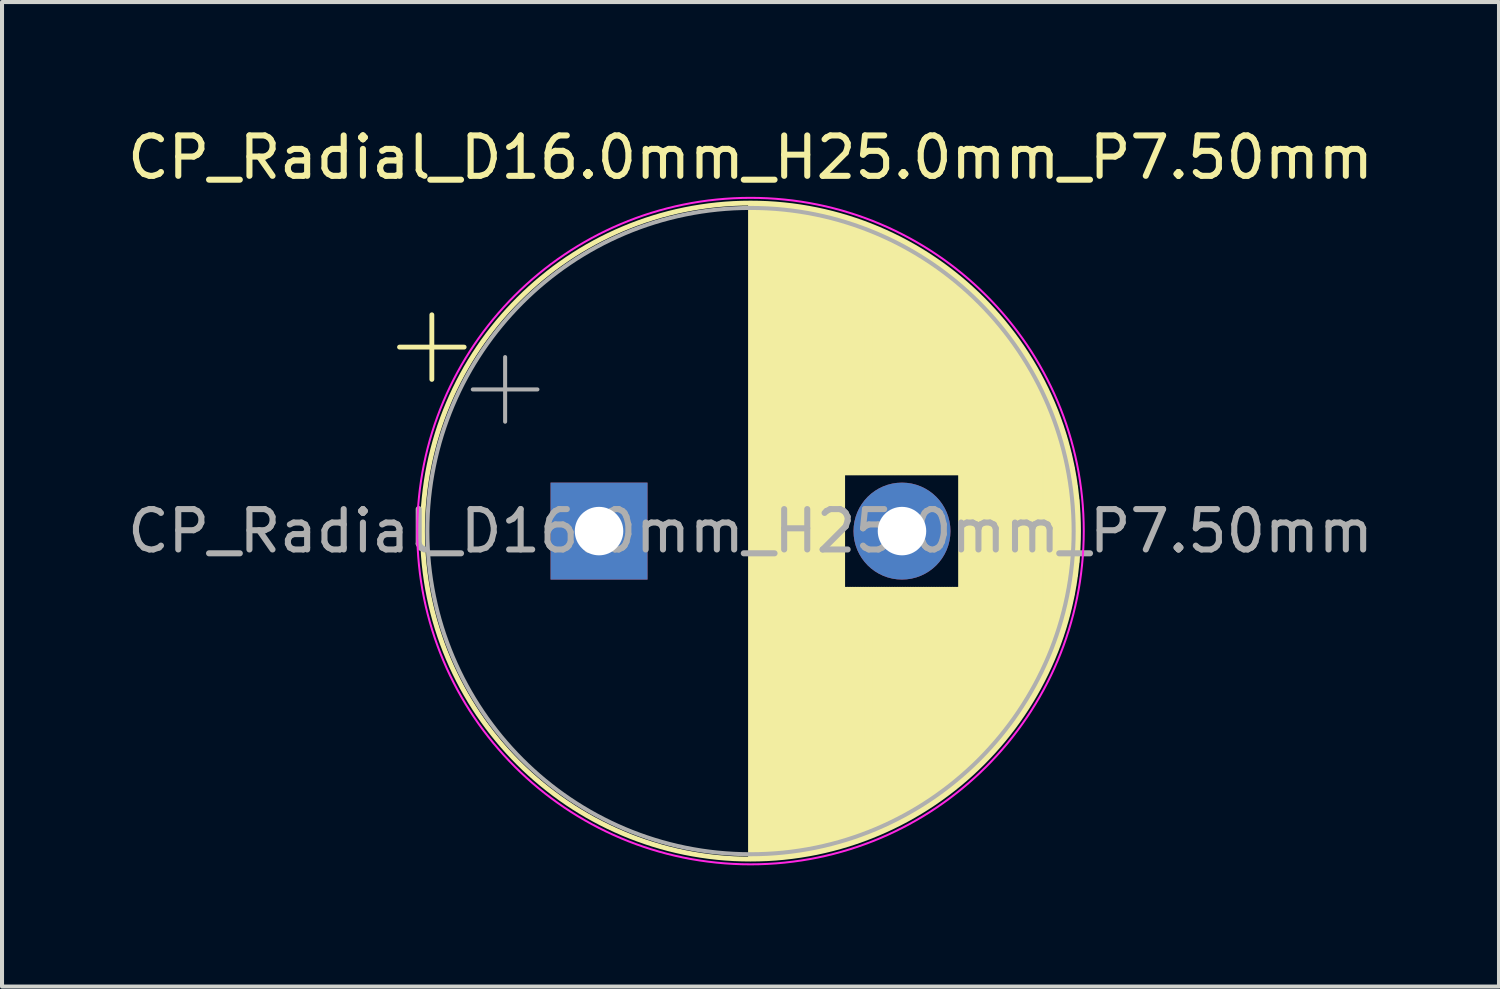
<source format=kicad_pcb>
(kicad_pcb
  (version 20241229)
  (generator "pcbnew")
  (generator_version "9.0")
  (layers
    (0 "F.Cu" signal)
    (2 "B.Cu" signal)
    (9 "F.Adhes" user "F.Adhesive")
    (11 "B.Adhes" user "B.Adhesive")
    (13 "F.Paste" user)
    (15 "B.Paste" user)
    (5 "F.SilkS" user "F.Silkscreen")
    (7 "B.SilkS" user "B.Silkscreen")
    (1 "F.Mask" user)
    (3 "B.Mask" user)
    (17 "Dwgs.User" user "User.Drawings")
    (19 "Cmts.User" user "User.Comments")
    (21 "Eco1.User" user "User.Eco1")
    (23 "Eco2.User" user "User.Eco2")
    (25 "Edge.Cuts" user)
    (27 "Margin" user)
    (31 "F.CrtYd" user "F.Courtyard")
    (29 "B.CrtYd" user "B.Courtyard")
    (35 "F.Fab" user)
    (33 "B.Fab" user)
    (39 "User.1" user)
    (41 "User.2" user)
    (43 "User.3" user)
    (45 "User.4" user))
  (footprint "CP_Radial_D16.0mm_H25.0mm_P7.50mm"
    (layer "F.Cu")
    (at 11.78 10.098)
    (property "Reference" "CP_Radial_D16.0mm_H25.0mm_P7.50mm" (at 3.75 -9.25 0) (layer "F.SilkS") (effects (font (size 1 1) (thickness 0.15))))
    (attr through_hole)
    (fp_line (start -4.939 -4.555) (end -3.339 -4.555) (stroke (width 0.12) (type solid)) (layer "F.SilkS"))
    (fp_line (start -4.139 -5.355) (end -4.139 -3.755) (stroke (width 0.12) (type solid)) (layer "F.SilkS"))
    (fp_line (start 3.75 -8.081) (end 3.75 8.081) (stroke (width 0.12) (type solid)) (layer "F.SilkS"))
    (fp_line (start 3.79 -8.08) (end 3.79 8.08) (stroke (width 0.12) (type solid)) (layer "F.SilkS"))
    (fp_line (start 3.83 -8.08) (end 3.83 8.08) (stroke (width 0.12) (type solid)) (layer "F.SilkS"))
    (fp_line (start 3.87 -8.08) (end 3.87 8.08) (stroke (width 0.12) (type solid)) (layer "F.SilkS"))
    (fp_line (start 3.91 -8.079) (end 3.91 8.079) (stroke (width 0.12) (type solid)) (layer "F.SilkS"))
    (fp_line (start 3.95 -8.078) (end 3.95 8.078) (stroke (width 0.12) (type solid)) (layer "F.SilkS"))
    (fp_line (start 3.99 -8.077) (end 3.99 8.077) (stroke (width 0.12) (type solid)) (layer "F.SilkS"))
    (fp_line (start 4.03 -8.076) (end 4.03 8.076) (stroke (width 0.12) (type solid)) (layer "F.SilkS"))
    (fp_line (start 4.07 -8.074) (end 4.07 8.074) (stroke (width 0.12) (type solid)) (layer "F.SilkS"))
    (fp_line (start 4.11 -8.073) (end 4.11 8.073) (stroke (width 0.12) (type solid)) (layer "F.SilkS"))
    (fp_line (start 4.15 -8.071) (end 4.15 8.071) (stroke (width 0.12) (type solid)) (layer "F.SilkS"))
    (fp_line (start 4.19 -8.069) (end 4.19 8.069) (stroke (width 0.12) (type solid)) (layer "F.SilkS"))
    (fp_line (start 4.23 -8.066) (end 4.23 8.066) (stroke (width 0.12) (type solid)) (layer "F.SilkS"))
    (fp_line (start 4.27 -8.064) (end 4.27 8.064) (stroke (width 0.12) (type solid)) (layer "F.SilkS"))
    (fp_line (start 4.31 -8.061) (end 4.31 8.061) (stroke (width 0.12) (type solid)) (layer "F.SilkS"))
    (fp_line (start 4.35 -8.058) (end 4.35 8.058) (stroke (width 0.12) (type solid)) (layer "F.SilkS"))
    (fp_line (start 4.39 -8.055) (end 4.39 8.055) (stroke (width 0.12) (type solid)) (layer "F.SilkS"))
    (fp_line (start 4.43 -8.052) (end 4.43 8.052) (stroke (width 0.12) (type solid)) (layer "F.SilkS"))
    (fp_line (start 4.471 -8.049) (end 4.471 8.049) (stroke (width 0.12) (type solid)) (layer "F.SilkS"))
    (fp_line (start 4.511 -8.045) (end 4.511 8.045) (stroke (width 0.12) (type solid)) (layer "F.SilkS"))
    (fp_line (start 4.551 -8.041) (end 4.551 8.041) (stroke (width 0.12) (type solid)) (layer "F.SilkS"))
    (fp_line (start 4.591 -8.037) (end 4.591 8.037) (stroke (width 0.12) (type solid)) (layer "F.SilkS"))
    (fp_line (start 4.631 -8.033) (end 4.631 8.033) (stroke (width 0.12) (type solid)) (layer "F.SilkS"))
    (fp_line (start 4.671 -8.028) (end 4.671 8.028) (stroke (width 0.12) (type solid)) (layer "F.SilkS"))
    (fp_line (start 4.711 -8.024) (end 4.711 8.024) (stroke (width 0.12) (type solid)) (layer "F.SilkS"))
    (fp_line (start 4.751 -8.019) (end 4.751 8.019) (stroke (width 0.12) (type solid)) (layer "F.SilkS"))
    (fp_line (start 4.791 -8.014) (end 4.791 8.014) (stroke (width 0.12) (type solid)) (layer "F.SilkS"))
    (fp_line (start 4.831 -8.008) (end 4.831 8.008) (stroke (width 0.12) (type solid)) (layer "F.SilkS"))
    (fp_line (start 4.871 -8.003) (end 4.871 8.003) (stroke (width 0.12) (type solid)) (layer "F.SilkS"))
    (fp_line (start 4.911 -7.997) (end 4.911 7.997) (stroke (width 0.12) (type solid)) (layer "F.SilkS"))
    (fp_line (start 4.951 -7.991) (end 4.951 7.991) (stroke (width 0.12) (type solid)) (layer "F.SilkS"))
    (fp_line (start 4.991 -7.985) (end 4.991 7.985) (stroke (width 0.12) (type solid)) (layer "F.SilkS"))
    (fp_line (start 5.031 -7.979) (end 5.031 7.979) (stroke (width 0.12) (type solid)) (layer "F.SilkS"))
    (fp_line (start 5.071 -7.972) (end 5.071 7.972) (stroke (width 0.12) (type solid)) (layer "F.SilkS"))
    (fp_line (start 5.111 -7.966) (end 5.111 7.966) (stroke (width 0.12) (type solid)) (layer "F.SilkS"))
    (fp_line (start 5.151 -7.959) (end 5.151 7.959) (stroke (width 0.12) (type solid)) (layer "F.SilkS"))
    (fp_line (start 5.191 -7.952) (end 5.191 7.952) (stroke (width 0.12) (type solid)) (layer "F.SilkS"))
    (fp_line (start 5.231 -7.944) (end 5.231 7.944) (stroke (width 0.12) (type solid)) (layer "F.SilkS"))
    (fp_line (start 5.271 -7.937) (end 5.271 7.937) (stroke (width 0.12) (type solid)) (layer "F.SilkS"))
    (fp_line (start 5.311 -7.929) (end 5.311 7.929) (stroke (width 0.12) (type solid)) (layer "F.SilkS"))
    (fp_line (start 5.351 -7.921) (end 5.351 7.921) (stroke (width 0.12) (type solid)) (layer "F.SilkS"))
    (fp_line (start 5.391 -7.913) (end 5.391 7.913) (stroke (width 0.12) (type solid)) (layer "F.SilkS"))
    (fp_line (start 5.431 -7.905) (end 5.431 7.905) (stroke (width 0.12) (type solid)) (layer "F.SilkS"))
    (fp_line (start 5.471 -7.896) (end 5.471 7.896) (stroke (width 0.12) (type solid)) (layer "F.SilkS"))
    (fp_line (start 5.511 -7.887) (end 5.511 7.887) (stroke (width 0.12) (type solid)) (layer "F.SilkS"))
    (fp_line (start 5.551 -7.878) (end 5.551 7.878) (stroke (width 0.12) (type solid)) (layer "F.SilkS"))
    (fp_line (start 5.591 -7.869) (end 5.591 7.869) (stroke (width 0.12) (type solid)) (layer "F.SilkS"))
    (fp_line (start 5.631 -7.86) (end 5.631 7.86) (stroke (width 0.12) (type solid)) (layer "F.SilkS"))
    (fp_line (start 5.671 -7.85) (end 5.671 7.85) (stroke (width 0.12) (type solid)) (layer "F.SilkS"))
    (fp_line (start 5.711 -7.84) (end 5.711 7.84) (stroke (width 0.12) (type solid)) (layer "F.SilkS"))
    (fp_line (start 5.751 -7.83) (end 5.751 7.83) (stroke (width 0.12) (type solid)) (layer "F.SilkS"))
    (fp_line (start 5.791 -7.82) (end 5.791 7.82) (stroke (width 0.12) (type solid)) (layer "F.SilkS"))
    (fp_line (start 5.831 -7.81) (end 5.831 7.81) (stroke (width 0.12) (type solid)) (layer "F.SilkS"))
    (fp_line (start 5.871 -7.799) (end 5.871 7.799) (stroke (width 0.12) (type solid)) (layer "F.SilkS"))
    (fp_line (start 5.911 -7.788) (end 5.911 7.788) (stroke (width 0.12) (type solid)) (layer "F.SilkS"))
    (fp_line (start 5.951 -7.777) (end 5.951 7.777) (stroke (width 0.12) (type solid)) (layer "F.SilkS"))
    (fp_line (start 5.991 -7.765) (end 5.991 7.765) (stroke (width 0.12) (type solid)) (layer "F.SilkS"))
    (fp_line (start 6.031 -7.754) (end 6.031 7.754) (stroke (width 0.12) (type solid)) (layer "F.SilkS"))
    (fp_line (start 6.071 -7.742) (end 6.071 -1.44) (stroke (width 0.12) (type solid)) (layer "F.SilkS"))
    (fp_line (start 6.071 1.44) (end 6.071 7.742) (stroke (width 0.12) (type solid)) (layer "F.SilkS"))
    (fp_line (start 6.111 -7.73) (end 6.111 -1.44) (stroke (width 0.12) (type solid)) (layer "F.SilkS"))
    (fp_line (start 6.111 1.44) (end 6.111 7.73) (stroke (width 0.12) (type solid)) (layer "F.SilkS"))
    (fp_line (start 6.151 -7.718) (end 6.151 -1.44) (stroke (width 0.12) (type solid)) (layer "F.SilkS"))
    (fp_line (start 6.151 1.44) (end 6.151 7.718) (stroke (width 0.12) (type solid)) (layer "F.SilkS"))
    (fp_line (start 6.191 -7.705) (end 6.191 -1.44) (stroke (width 0.12) (type solid)) (layer "F.SilkS"))
    (fp_line (start 6.191 1.44) (end 6.191 7.705) (stroke (width 0.12) (type solid)) (layer "F.SilkS"))
    (fp_line (start 6.231 -7.693) (end 6.231 -1.44) (stroke (width 0.12) (type solid)) (layer "F.SilkS"))
    (fp_line (start 6.231 1.44) (end 6.231 7.693) (stroke (width 0.12) (type solid)) (layer "F.SilkS"))
    (fp_line (start 6.271 -7.68) (end 6.271 -1.44) (stroke (width 0.12) (type solid)) (layer "F.SilkS"))
    (fp_line (start 6.271 1.44) (end 6.271 7.68) (stroke (width 0.12) (type solid)) (layer "F.SilkS"))
    (fp_line (start 6.311 -7.666) (end 6.311 -1.44) (stroke (width 0.12) (type solid)) (layer "F.SilkS"))
    (fp_line (start 6.311 1.44) (end 6.311 7.666) (stroke (width 0.12) (type solid)) (layer "F.SilkS"))
    (fp_line (start 6.351 -7.653) (end 6.351 -1.44) (stroke (width 0.12) (type solid)) (layer "F.SilkS"))
    (fp_line (start 6.351 1.44) (end 6.351 7.653) (stroke (width 0.12) (type solid)) (layer "F.SilkS"))
    (fp_line (start 6.391 -7.639) (end 6.391 -1.44) (stroke (width 0.12) (type solid)) (layer "F.SilkS"))
    (fp_line (start 6.391 1.44) (end 6.391 7.639) (stroke (width 0.12) (type solid)) (layer "F.SilkS"))
    (fp_line (start 6.431 -7.625) (end 6.431 -1.44) (stroke (width 0.12) (type solid)) (layer "F.SilkS"))
    (fp_line (start 6.431 1.44) (end 6.431 7.625) (stroke (width 0.12) (type solid)) (layer "F.SilkS"))
    (fp_line (start 6.471 -7.611) (end 6.471 -1.44) (stroke (width 0.12) (type solid)) (layer "F.SilkS"))
    (fp_line (start 6.471 1.44) (end 6.471 7.611) (stroke (width 0.12) (type solid)) (layer "F.SilkS"))
    (fp_line (start 6.511 -7.597) (end 6.511 -1.44) (stroke (width 0.12) (type solid)) (layer "F.SilkS"))
    (fp_line (start 6.511 1.44) (end 6.511 7.597) (stroke (width 0.12) (type solid)) (layer "F.SilkS"))
    (fp_line (start 6.551 -7.582) (end 6.551 -1.44) (stroke (width 0.12) (type solid)) (layer "F.SilkS"))
    (fp_line (start 6.551 1.44) (end 6.551 7.582) (stroke (width 0.12) (type solid)) (layer "F.SilkS"))
    (fp_line (start 6.591 -7.568) (end 6.591 -1.44) (stroke (width 0.12) (type solid)) (layer "F.SilkS"))
    (fp_line (start 6.591 1.44) (end 6.591 7.568) (stroke (width 0.12) (type solid)) (layer "F.SilkS"))
    (fp_line (start 6.631 -7.553) (end 6.631 -1.44) (stroke (width 0.12) (type solid)) (layer "F.SilkS"))
    (fp_line (start 6.631 1.44) (end 6.631 7.553) (stroke (width 0.12) (type solid)) (layer "F.SilkS"))
    (fp_line (start 6.671 -7.537) (end 6.671 -1.44) (stroke (width 0.12) (type solid)) (layer "F.SilkS"))
    (fp_line (start 6.671 1.44) (end 6.671 7.537) (stroke (width 0.12) (type solid)) (layer "F.SilkS"))
    (fp_line (start 6.711 -7.522) (end 6.711 -1.44) (stroke (width 0.12) (type solid)) (layer "F.SilkS"))
    (fp_line (start 6.711 1.44) (end 6.711 7.522) (stroke (width 0.12) (type solid)) (layer "F.SilkS"))
    (fp_line (start 6.751 -7.506) (end 6.751 -1.44) (stroke (width 0.12) (type solid)) (layer "F.SilkS"))
    (fp_line (start 6.751 1.44) (end 6.751 7.506) (stroke (width 0.12) (type solid)) (layer "F.SilkS"))
    (fp_line (start 6.791 -7.49) (end 6.791 -1.44) (stroke (width 0.12) (type solid)) (layer "F.SilkS"))
    (fp_line (start 6.791 1.44) (end 6.791 7.49) (stroke (width 0.12) (type solid)) (layer "F.SilkS"))
    (fp_line (start 6.831 -7.474) (end 6.831 -1.44) (stroke (width 0.12) (type solid)) (layer "F.SilkS"))
    (fp_line (start 6.831 1.44) (end 6.831 7.474) (stroke (width 0.12) (type solid)) (layer "F.SilkS"))
    (fp_line (start 6.871 -7.457) (end 6.871 -1.44) (stroke (width 0.12) (type solid)) (layer "F.SilkS"))
    (fp_line (start 6.871 1.44) (end 6.871 7.457) (stroke (width 0.12) (type solid)) (layer "F.SilkS"))
    (fp_line (start 6.911 -7.44) (end 6.911 -1.44) (stroke (width 0.12) (type solid)) (layer "F.SilkS"))
    (fp_line (start 6.911 1.44) (end 6.911 7.44) (stroke (width 0.12) (type solid)) (layer "F.SilkS"))
    (fp_line (start 6.951 -7.423) (end 6.951 -1.44) (stroke (width 0.12) (type solid)) (layer "F.SilkS"))
    (fp_line (start 6.951 1.44) (end 6.951 7.423) (stroke (width 0.12) (type solid)) (layer "F.SilkS"))
    (fp_line (start 6.991 -7.406) (end 6.991 -1.44) (stroke (width 0.12) (type solid)) (layer "F.SilkS"))
    (fp_line (start 6.991 1.44) (end 6.991 7.406) (stroke (width 0.12) (type solid)) (layer "F.SilkS"))
    (fp_line (start 7.031 -7.389) (end 7.031 -1.44) (stroke (width 0.12) (type solid)) (layer "F.SilkS"))
    (fp_line (start 7.031 1.44) (end 7.031 7.389) (stroke (width 0.12) (type solid)) (layer "F.SilkS"))
    (fp_line (start 7.071 -7.371) (end 7.071 -1.44) (stroke (width 0.12) (type solid)) (layer "F.SilkS"))
    (fp_line (start 7.071 1.44) (end 7.071 7.371) (stroke (width 0.12) (type solid)) (layer "F.SilkS"))
    (fp_line (start 7.111 -7.353) (end 7.111 -1.44) (stroke (width 0.12) (type solid)) (layer "F.SilkS"))
    (fp_line (start 7.111 1.44) (end 7.111 7.353) (stroke (width 0.12) (type solid)) (layer "F.SilkS"))
    (fp_line (start 7.151 -7.334) (end 7.151 -1.44) (stroke (width 0.12) (type solid)) (layer "F.SilkS"))
    (fp_line (start 7.151 1.44) (end 7.151 7.334) (stroke (width 0.12) (type solid)) (layer "F.SilkS"))
    (fp_line (start 7.191 -7.316) (end 7.191 -1.44) (stroke (width 0.12) (type solid)) (layer "F.SilkS"))
    (fp_line (start 7.191 1.44) (end 7.191 7.316) (stroke (width 0.12) (type solid)) (layer "F.SilkS"))
    (fp_line (start 7.231 -7.297) (end 7.231 -1.44) (stroke (width 0.12) (type solid)) (layer "F.SilkS"))
    (fp_line (start 7.231 1.44) (end 7.231 7.297) (stroke (width 0.12) (type solid)) (layer "F.SilkS"))
    (fp_line (start 7.271 -7.278) (end 7.271 -1.44) (stroke (width 0.12) (type solid)) (layer "F.SilkS"))
    (fp_line (start 7.271 1.44) (end 7.271 7.278) (stroke (width 0.12) (type solid)) (layer "F.SilkS"))
    (fp_line (start 7.311 -7.258) (end 7.311 -1.44) (stroke (width 0.12) (type solid)) (layer "F.SilkS"))
    (fp_line (start 7.311 1.44) (end 7.311 7.258) (stroke (width 0.12) (type solid)) (layer "F.SilkS"))
    (fp_line (start 7.351 -7.239) (end 7.351 -1.44) (stroke (width 0.12) (type solid)) (layer "F.SilkS"))
    (fp_line (start 7.351 1.44) (end 7.351 7.239) (stroke (width 0.12) (type solid)) (layer "F.SilkS"))
    (fp_line (start 7.391 -7.219) (end 7.391 -1.44) (stroke (width 0.12) (type solid)) (layer "F.SilkS"))
    (fp_line (start 7.391 1.44) (end 7.391 7.219) (stroke (width 0.12) (type solid)) (layer "F.SilkS"))
    (fp_line (start 7.431 -7.199) (end 7.431 -1.44) (stroke (width 0.12) (type solid)) (layer "F.SilkS"))
    (fp_line (start 7.431 1.44) (end 7.431 7.199) (stroke (width 0.12) (type solid)) (layer "F.SilkS"))
    (fp_line (start 7.471 -7.178) (end 7.471 -1.44) (stroke (width 0.12) (type solid)) (layer "F.SilkS"))
    (fp_line (start 7.471 1.44) (end 7.471 7.178) (stroke (width 0.12) (type solid)) (layer "F.SilkS"))
    (fp_line (start 7.511 -7.157) (end 7.511 -1.44) (stroke (width 0.12) (type solid)) (layer "F.SilkS"))
    (fp_line (start 7.511 1.44) (end 7.511 7.157) (stroke (width 0.12) (type solid)) (layer "F.SilkS"))
    (fp_line (start 7.551 -7.136) (end 7.551 -1.44) (stroke (width 0.12) (type solid)) (layer "F.SilkS"))
    (fp_line (start 7.551 1.44) (end 7.551 7.136) (stroke (width 0.12) (type solid)) (layer "F.SilkS"))
    (fp_line (start 7.591 -7.115) (end 7.591 -1.44) (stroke (width 0.12) (type solid)) (layer "F.SilkS"))
    (fp_line (start 7.591 1.44) (end 7.591 7.115) (stroke (width 0.12) (type solid)) (layer "F.SilkS"))
    (fp_line (start 7.631 -7.094) (end 7.631 -1.44) (stroke (width 0.12) (type solid)) (layer "F.SilkS"))
    (fp_line (start 7.631 1.44) (end 7.631 7.094) (stroke (width 0.12) (type solid)) (layer "F.SilkS"))
    (fp_line (start 7.671 -7.072) (end 7.671 -1.44) (stroke (width 0.12) (type solid)) (layer "F.SilkS"))
    (fp_line (start 7.671 1.44) (end 7.671 7.072) (stroke (width 0.12) (type solid)) (layer "F.SilkS"))
    (fp_line (start 7.711 -7.049) (end 7.711 -1.44) (stroke (width 0.12) (type solid)) (layer "F.SilkS"))
    (fp_line (start 7.711 1.44) (end 7.711 7.049) (stroke (width 0.12) (type solid)) (layer "F.SilkS"))
    (fp_line (start 7.751 -7.027) (end 7.751 -1.44) (stroke (width 0.12) (type solid)) (layer "F.SilkS"))
    (fp_line (start 7.751 1.44) (end 7.751 7.027) (stroke (width 0.12) (type solid)) (layer "F.SilkS"))
    (fp_line (start 7.791 -7.004) (end 7.791 -1.44) (stroke (width 0.12) (type solid)) (layer "F.SilkS"))
    (fp_line (start 7.791 1.44) (end 7.791 7.004) (stroke (width 0.12) (type solid)) (layer "F.SilkS"))
    (fp_line (start 7.831 -6.981) (end 7.831 -1.44) (stroke (width 0.12) (type solid)) (layer "F.SilkS"))
    (fp_line (start 7.831 1.44) (end 7.831 6.981) (stroke (width 0.12) (type solid)) (layer "F.SilkS"))
    (fp_line (start 7.871 -6.958) (end 7.871 -1.44) (stroke (width 0.12) (type solid)) (layer "F.SilkS"))
    (fp_line (start 7.871 1.44) (end 7.871 6.958) (stroke (width 0.12) (type solid)) (layer "F.SilkS"))
    (fp_line (start 7.911 -6.934) (end 7.911 -1.44) (stroke (width 0.12) (type solid)) (layer "F.SilkS"))
    (fp_line (start 7.911 1.44) (end 7.911 6.934) (stroke (width 0.12) (type solid)) (layer "F.SilkS"))
    (fp_line (start 7.951 -6.91) (end 7.951 -1.44) (stroke (width 0.12) (type solid)) (layer "F.SilkS"))
    (fp_line (start 7.951 1.44) (end 7.951 6.91) (stroke (width 0.12) (type solid)) (layer "F.SilkS"))
    (fp_line (start 7.991 -6.886) (end 7.991 -1.44) (stroke (width 0.12) (type solid)) (layer "F.SilkS"))
    (fp_line (start 7.991 1.44) (end 7.991 6.886) (stroke (width 0.12) (type solid)) (layer "F.SilkS"))
    (fp_line (start 8.031 -6.861) (end 8.031 -1.44) (stroke (width 0.12) (type solid)) (layer "F.SilkS"))
    (fp_line (start 8.031 1.44) (end 8.031 6.861) (stroke (width 0.12) (type solid)) (layer "F.SilkS"))
    (fp_line (start 8.071 -6.836) (end 8.071 -1.44) (stroke (width 0.12) (type solid)) (layer "F.SilkS"))
    (fp_line (start 8.071 1.44) (end 8.071 6.836) (stroke (width 0.12) (type solid)) (layer "F.SilkS"))
    (fp_line (start 8.111 -6.811) (end 8.111 -1.44) (stroke (width 0.12) (type solid)) (layer "F.SilkS"))
    (fp_line (start 8.111 1.44) (end 8.111 6.811) (stroke (width 0.12) (type solid)) (layer "F.SilkS"))
    (fp_line (start 8.151 -6.785) (end 8.151 -1.44) (stroke (width 0.12) (type solid)) (layer "F.SilkS"))
    (fp_line (start 8.151 1.44) (end 8.151 6.785) (stroke (width 0.12) (type solid)) (layer "F.SilkS"))
    (fp_line (start 8.191 -6.759) (end 8.191 -1.44) (stroke (width 0.12) (type solid)) (layer "F.SilkS"))
    (fp_line (start 8.191 1.44) (end 8.191 6.759) (stroke (width 0.12) (type solid)) (layer "F.SilkS"))
    (fp_line (start 8.231 -6.733) (end 8.231 -1.44) (stroke (width 0.12) (type solid)) (layer "F.SilkS"))
    (fp_line (start 8.231 1.44) (end 8.231 6.733) (stroke (width 0.12) (type solid)) (layer "F.SilkS"))
    (fp_line (start 8.271 -6.706) (end 8.271 -1.44) (stroke (width 0.12) (type solid)) (layer "F.SilkS"))
    (fp_line (start 8.271 1.44) (end 8.271 6.706) (stroke (width 0.12) (type solid)) (layer "F.SilkS"))
    (fp_line (start 8.311 -6.679) (end 8.311 -1.44) (stroke (width 0.12) (type solid)) (layer "F.SilkS"))
    (fp_line (start 8.311 1.44) (end 8.311 6.679) (stroke (width 0.12) (type solid)) (layer "F.SilkS"))
    (fp_line (start 8.351 -6.652) (end 8.351 -1.44) (stroke (width 0.12) (type solid)) (layer "F.SilkS"))
    (fp_line (start 8.351 1.44) (end 8.351 6.652) (stroke (width 0.12) (type solid)) (layer "F.SilkS"))
    (fp_line (start 8.391 -6.624) (end 8.391 -1.44) (stroke (width 0.12) (type solid)) (layer "F.SilkS"))
    (fp_line (start 8.391 1.44) (end 8.391 6.624) (stroke (width 0.12) (type solid)) (layer "F.SilkS"))
    (fp_line (start 8.431 -6.596) (end 8.431 -1.44) (stroke (width 0.12) (type solid)) (layer "F.SilkS"))
    (fp_line (start 8.431 1.44) (end 8.431 6.596) (stroke (width 0.12) (type solid)) (layer "F.SilkS"))
    (fp_line (start 8.471 -6.568) (end 8.471 -1.44) (stroke (width 0.12) (type solid)) (layer "F.SilkS"))
    (fp_line (start 8.471 1.44) (end 8.471 6.568) (stroke (width 0.12) (type solid)) (layer "F.SilkS"))
    (fp_line (start 8.511 -6.539) (end 8.511 -1.44) (stroke (width 0.12) (type solid)) (layer "F.SilkS"))
    (fp_line (start 8.511 1.44) (end 8.511 6.539) (stroke (width 0.12) (type solid)) (layer "F.SilkS"))
    (fp_line (start 8.551 -6.51) (end 8.551 -1.44) (stroke (width 0.12) (type solid)) (layer "F.SilkS"))
    (fp_line (start 8.551 1.44) (end 8.551 6.51) (stroke (width 0.12) (type solid)) (layer "F.SilkS"))
    (fp_line (start 8.591 -6.48) (end 8.591 -1.44) (stroke (width 0.12) (type solid)) (layer "F.SilkS"))
    (fp_line (start 8.591 1.44) (end 8.591 6.48) (stroke (width 0.12) (type solid)) (layer "F.SilkS"))
    (fp_line (start 8.631 -6.45) (end 8.631 -1.44) (stroke (width 0.12) (type solid)) (layer "F.SilkS"))
    (fp_line (start 8.631 1.44) (end 8.631 6.45) (stroke (width 0.12) (type solid)) (layer "F.SilkS"))
    (fp_line (start 8.671 -6.42) (end 8.671 -1.44) (stroke (width 0.12) (type solid)) (layer "F.SilkS"))
    (fp_line (start 8.671 1.44) (end 8.671 6.42) (stroke (width 0.12) (type solid)) (layer "F.SilkS"))
    (fp_line (start 8.711 -6.39) (end 8.711 -1.44) (stroke (width 0.12) (type solid)) (layer "F.SilkS"))
    (fp_line (start 8.711 1.44) (end 8.711 6.39) (stroke (width 0.12) (type solid)) (layer "F.SilkS"))
    (fp_line (start 8.751 -6.358) (end 8.751 -1.44) (stroke (width 0.12) (type solid)) (layer "F.SilkS"))
    (fp_line (start 8.751 1.44) (end 8.751 6.358) (stroke (width 0.12) (type solid)) (layer "F.SilkS"))
    (fp_line (start 8.791 -6.327) (end 8.791 -1.44) (stroke (width 0.12) (type solid)) (layer "F.SilkS"))
    (fp_line (start 8.791 1.44) (end 8.791 6.327) (stroke (width 0.12) (type solid)) (layer "F.SilkS"))
    (fp_line (start 8.831 -6.295) (end 8.831 -1.44) (stroke (width 0.12) (type solid)) (layer "F.SilkS"))
    (fp_line (start 8.831 1.44) (end 8.831 6.295) (stroke (width 0.12) (type solid)) (layer "F.SilkS"))
    (fp_line (start 8.871 -6.263) (end 8.871 -1.44) (stroke (width 0.12) (type solid)) (layer "F.SilkS"))
    (fp_line (start 8.871 1.44) (end 8.871 6.263) (stroke (width 0.12) (type solid)) (layer "F.SilkS"))
    (fp_line (start 8.911 -6.23) (end 8.911 -1.44) (stroke (width 0.12) (type solid)) (layer "F.SilkS"))
    (fp_line (start 8.911 1.44) (end 8.911 6.23) (stroke (width 0.12) (type solid)) (layer "F.SilkS"))
    (fp_line (start 8.951 -6.197) (end 8.951 6.197) (stroke (width 0.12) (type solid)) (layer "F.SilkS"))
    (fp_line (start 8.991 -6.163) (end 8.991 6.163) (stroke (width 0.12) (type solid)) (layer "F.SilkS"))
    (fp_line (start 9.031 -6.129) (end 9.031 6.129) (stroke (width 0.12) (type solid)) (layer "F.SilkS"))
    (fp_line (start 9.071 -6.095) (end 9.071 6.095) (stroke (width 0.12) (type solid)) (layer "F.SilkS"))
    (fp_line (start 9.111 -6.06) (end 9.111 6.06) (stroke (width 0.12) (type solid)) (layer "F.SilkS"))
    (fp_line (start 9.151 -6.025) (end 9.151 6.025) (stroke (width 0.12) (type solid)) (layer "F.SilkS"))
    (fp_line (start 9.191 -5.989) (end 9.191 5.989) (stroke (width 0.12) (type solid)) (layer "F.SilkS"))
    (fp_line (start 9.231 -5.952) (end 9.231 5.952) (stroke (width 0.12) (type solid)) (layer "F.SilkS"))
    (fp_line (start 9.271 -5.916) (end 9.271 5.916) (stroke (width 0.12) (type solid)) (layer "F.SilkS"))
    (fp_line (start 9.311 -5.878) (end 9.311 5.878) (stroke (width 0.12) (type solid)) (layer "F.SilkS"))
    (fp_line (start 9.351 -5.84) (end 9.351 5.84) (stroke (width 0.12) (type solid)) (layer "F.SilkS"))
    (fp_line (start 9.391 -5.802) (end 9.391 5.802) (stroke (width 0.12) (type solid)) (layer "F.SilkS"))
    (fp_line (start 9.431 -5.763) (end 9.431 5.763) (stroke (width 0.12) (type solid)) (layer "F.SilkS"))
    (fp_line (start 9.471 -5.724) (end 9.471 5.724) (stroke (width 0.12) (type solid)) (layer "F.SilkS"))
    (fp_line (start 9.511 -5.684) (end 9.511 5.684) (stroke (width 0.12) (type solid)) (layer "F.SilkS"))
    (fp_line (start 9.551 -5.643) (end 9.551 5.643) (stroke (width 0.12) (type solid)) (layer "F.SilkS"))
    (fp_line (start 9.591 -5.602) (end 9.591 5.602) (stroke (width 0.12) (type solid)) (layer "F.SilkS"))
    (fp_line (start 9.631 -5.56) (end 9.631 5.56) (stroke (width 0.12) (type solid)) (layer "F.SilkS"))
    (fp_line (start 9.671 -5.518) (end 9.671 5.518) (stroke (width 0.12) (type solid)) (layer "F.SilkS"))
    (fp_line (start 9.711 -5.475) (end 9.711 5.475) (stroke (width 0.12) (type solid)) (layer "F.SilkS"))
    (fp_line (start 9.751 -5.432) (end 9.751 5.432) (stroke (width 0.12) (type solid)) (layer "F.SilkS"))
    (fp_line (start 9.791 -5.388) (end 9.791 5.388) (stroke (width 0.12) (type solid)) (layer "F.SilkS"))
    (fp_line (start 9.831 -5.343) (end 9.831 5.343) (stroke (width 0.12) (type solid)) (layer "F.SilkS"))
    (fp_line (start 9.871 -5.297) (end 9.871 5.297) (stroke (width 0.12) (type solid)) (layer "F.SilkS"))
    (fp_line (start 9.911 -5.251) (end 9.911 5.251) (stroke (width 0.12) (type solid)) (layer "F.SilkS"))
    (fp_line (start 9.951 -5.204) (end 9.951 5.204) (stroke (width 0.12) (type solid)) (layer "F.SilkS"))
    (fp_line (start 9.991 -5.156) (end 9.991 5.156) (stroke (width 0.12) (type solid)) (layer "F.SilkS"))
    (fp_line (start 10.031 -5.108) (end 10.031 5.108) (stroke (width 0.12) (type solid)) (layer "F.SilkS"))
    (fp_line (start 10.071 -5.059) (end 10.071 5.059) (stroke (width 0.12) (type solid)) (layer "F.SilkS"))
    (fp_line (start 10.111 -5.009) (end 10.111 5.009) (stroke (width 0.12) (type solid)) (layer "F.SilkS"))
    (fp_line (start 10.151 -4.958) (end 10.151 4.958) (stroke (width 0.12) (type solid)) (layer "F.SilkS"))
    (fp_line (start 10.191 -4.906) (end 10.191 4.906) (stroke (width 0.12) (type solid)) (layer "F.SilkS"))
    (fp_line (start 10.231 -4.854) (end 10.231 4.854) (stroke (width 0.12) (type solid)) (layer "F.SilkS"))
    (fp_line (start 10.271 -4.8) (end 10.271 4.8) (stroke (width 0.12) (type solid)) (layer "F.SilkS"))
    (fp_line (start 10.311 -4.746) (end 10.311 4.746) (stroke (width 0.12) (type solid)) (layer "F.SilkS"))
    (fp_line (start 10.351 -4.691) (end 10.351 4.691) (stroke (width 0.12) (type solid)) (layer "F.SilkS"))
    (fp_line (start 10.391 -4.634) (end 10.391 4.634) (stroke (width 0.12) (type solid)) (layer "F.SilkS"))
    (fp_line (start 10.431 -4.577) (end 10.431 4.577) (stroke (width 0.12) (type solid)) (layer "F.SilkS"))
    (fp_line (start 10.471 -4.519) (end 10.471 4.519) (stroke (width 0.12) (type solid)) (layer "F.SilkS"))
    (fp_line (start 10.511 -4.459) (end 10.511 4.459) (stroke (width 0.12) (type solid)) (layer "F.SilkS"))
    (fp_line (start 10.551 -4.398) (end 10.551 4.398) (stroke (width 0.12) (type solid)) (layer "F.SilkS"))
    (fp_line (start 10.591 -4.336) (end 10.591 4.336) (stroke (width 0.12) (type solid)) (layer "F.SilkS"))
    (fp_line (start 10.631 -4.273) (end 10.631 4.273) (stroke (width 0.12) (type solid)) (layer "F.SilkS"))
    (fp_line (start 10.671 -4.209) (end 10.671 4.209) (stroke (width 0.12) (type solid)) (layer "F.SilkS"))
    (fp_line (start 10.711 -4.143) (end 10.711 4.143) (stroke (width 0.12) (type solid)) (layer "F.SilkS"))
    (fp_line (start 10.751 -4.076) (end 10.751 4.076) (stroke (width 0.12) (type solid)) (layer "F.SilkS"))
    (fp_line (start 10.791 -4.007) (end 10.791 4.007) (stroke (width 0.12) (type solid)) (layer "F.SilkS"))
    (fp_line (start 10.831 -3.936) (end 10.831 3.936) (stroke (width 0.12) (type solid)) (layer "F.SilkS"))
    (fp_line (start 10.871 -3.864) (end 10.871 3.864) (stroke (width 0.12) (type solid)) (layer "F.SilkS"))
    (fp_line (start 10.911 -3.79) (end 10.911 3.79) (stroke (width 0.12) (type solid)) (layer "F.SilkS"))
    (fp_line (start 10.951 -3.715) (end 10.951 3.715) (stroke (width 0.12) (type solid)) (layer "F.SilkS"))
    (fp_line (start 10.991 -3.637) (end 10.991 3.637) (stroke (width 0.12) (type solid)) (layer "F.SilkS"))
    (fp_line (start 11.031 -3.557) (end 11.031 3.557) (stroke (width 0.12) (type solid)) (layer "F.SilkS"))
    (fp_line (start 11.071 -3.475) (end 11.071 3.475) (stroke (width 0.12) (type solid)) (layer "F.SilkS"))
    (fp_line (start 11.111 -3.39) (end 11.111 3.39) (stroke (width 0.12) (type solid)) (layer "F.SilkS"))
    (fp_line (start 11.151 -3.303) (end 11.151 3.303) (stroke (width 0.12) (type solid)) (layer "F.SilkS"))
    (fp_line (start 11.191 -3.213) (end 11.191 3.213) (stroke (width 0.12) (type solid)) (layer "F.SilkS"))
    (fp_line (start 11.231 -3.12) (end 11.231 3.12) (stroke (width 0.12) (type solid)) (layer "F.SilkS"))
    (fp_line (start 11.271 -3.024) (end 11.271 3.024) (stroke (width 0.12) (type solid)) (layer "F.SilkS"))
    (fp_line (start 11.311 -2.924) (end 11.311 2.924) (stroke (width 0.12) (type solid)) (layer "F.SilkS"))
    (fp_line (start 11.351 -2.82) (end 11.351 2.82) (stroke (width 0.12) (type solid)) (layer "F.SilkS"))
    (fp_line (start 11.391 -2.711) (end 11.391 2.711) (stroke (width 0.12) (type solid)) (layer "F.SilkS"))
    (fp_line (start 11.431 -2.597) (end 11.431 2.597) (stroke (width 0.12) (type solid)) (layer "F.SilkS"))
    (fp_line (start 11.471 -2.478) (end 11.471 2.478) (stroke (width 0.12) (type solid)) (layer "F.SilkS"))
    (fp_line (start 11.511 -2.351) (end 11.511 2.351) (stroke (width 0.12) (type solid)) (layer "F.SilkS"))
    (fp_line (start 11.551 -2.218) (end 11.551 2.218) (stroke (width 0.12) (type solid)) (layer "F.SilkS"))
    (fp_line (start 11.591 -2.074) (end 11.591 2.074) (stroke (width 0.12) (type solid)) (layer "F.SilkS"))
    (fp_line (start 11.631 -1.92) (end 11.631 1.92) (stroke (width 0.12) (type solid)) (layer "F.SilkS"))
    (fp_line (start 11.671 -1.752) (end 11.671 1.752) (stroke (width 0.12) (type solid)) (layer "F.SilkS"))
    (fp_line (start 11.711 -1.564) (end 11.711 1.564) (stroke (width 0.12) (type solid)) (layer "F.SilkS"))
    (fp_line (start 11.751 -1.351) (end 11.751 1.351) (stroke (width 0.12) (type solid)) (layer "F.SilkS"))
    (fp_line (start 11.791 -1.098) (end 11.791 1.098) (stroke (width 0.12) (type solid)) (layer "F.SilkS"))
    (fp_line (start 11.831 -0.765) (end 11.831 0.765) (stroke (width 0.12) (type solid)) (layer "F.SilkS"))
    (fp_circle (center 3.75 0) (end 11.87 0) (stroke (width 0.12) (type solid)) (fill no) (layer "F.SilkS"))
    (fp_circle (center 3.75 0) (end 12 0) (stroke (width 0.05) (type solid)) (fill no) (layer "F.CrtYd"))
    (fp_line (start -3.125 -3.507) (end -1.525 -3.507) (stroke (width 0.1) (type solid)) (layer "F.Fab"))
    (fp_line (start -2.325 -4.308) (end -2.325 -2.708) (stroke (width 0.1) (type solid)) (layer "F.Fab"))
    (fp_circle (center 3.75 0) (end 11.75 0) (stroke (width 0.1) (type solid)) (fill no) (layer "F.Fab"))
    (fp_text user "${REFERENCE}" (at 3.75 0 0) (layer "F.Fab") (effects (font (size 1 1) (thickness 0.15))))
    (pad "1" thru_hole rect (at 0 0) (size 2.4 2.4) (drill 1.2) (layers "*.Cu" "*.Mask"))
    (pad "2" thru_hole circle (at 7.5 0) (size 2.4 2.4) (drill 1.2) (layers "*.Cu" "*.Mask")))
  (gr_rect
    (start -3 -3)
    (end 34.06 21.373)
    (stroke (width 0.1) (type default))
    (fill no)
    (layer "Edge.Cuts")))
</source>
